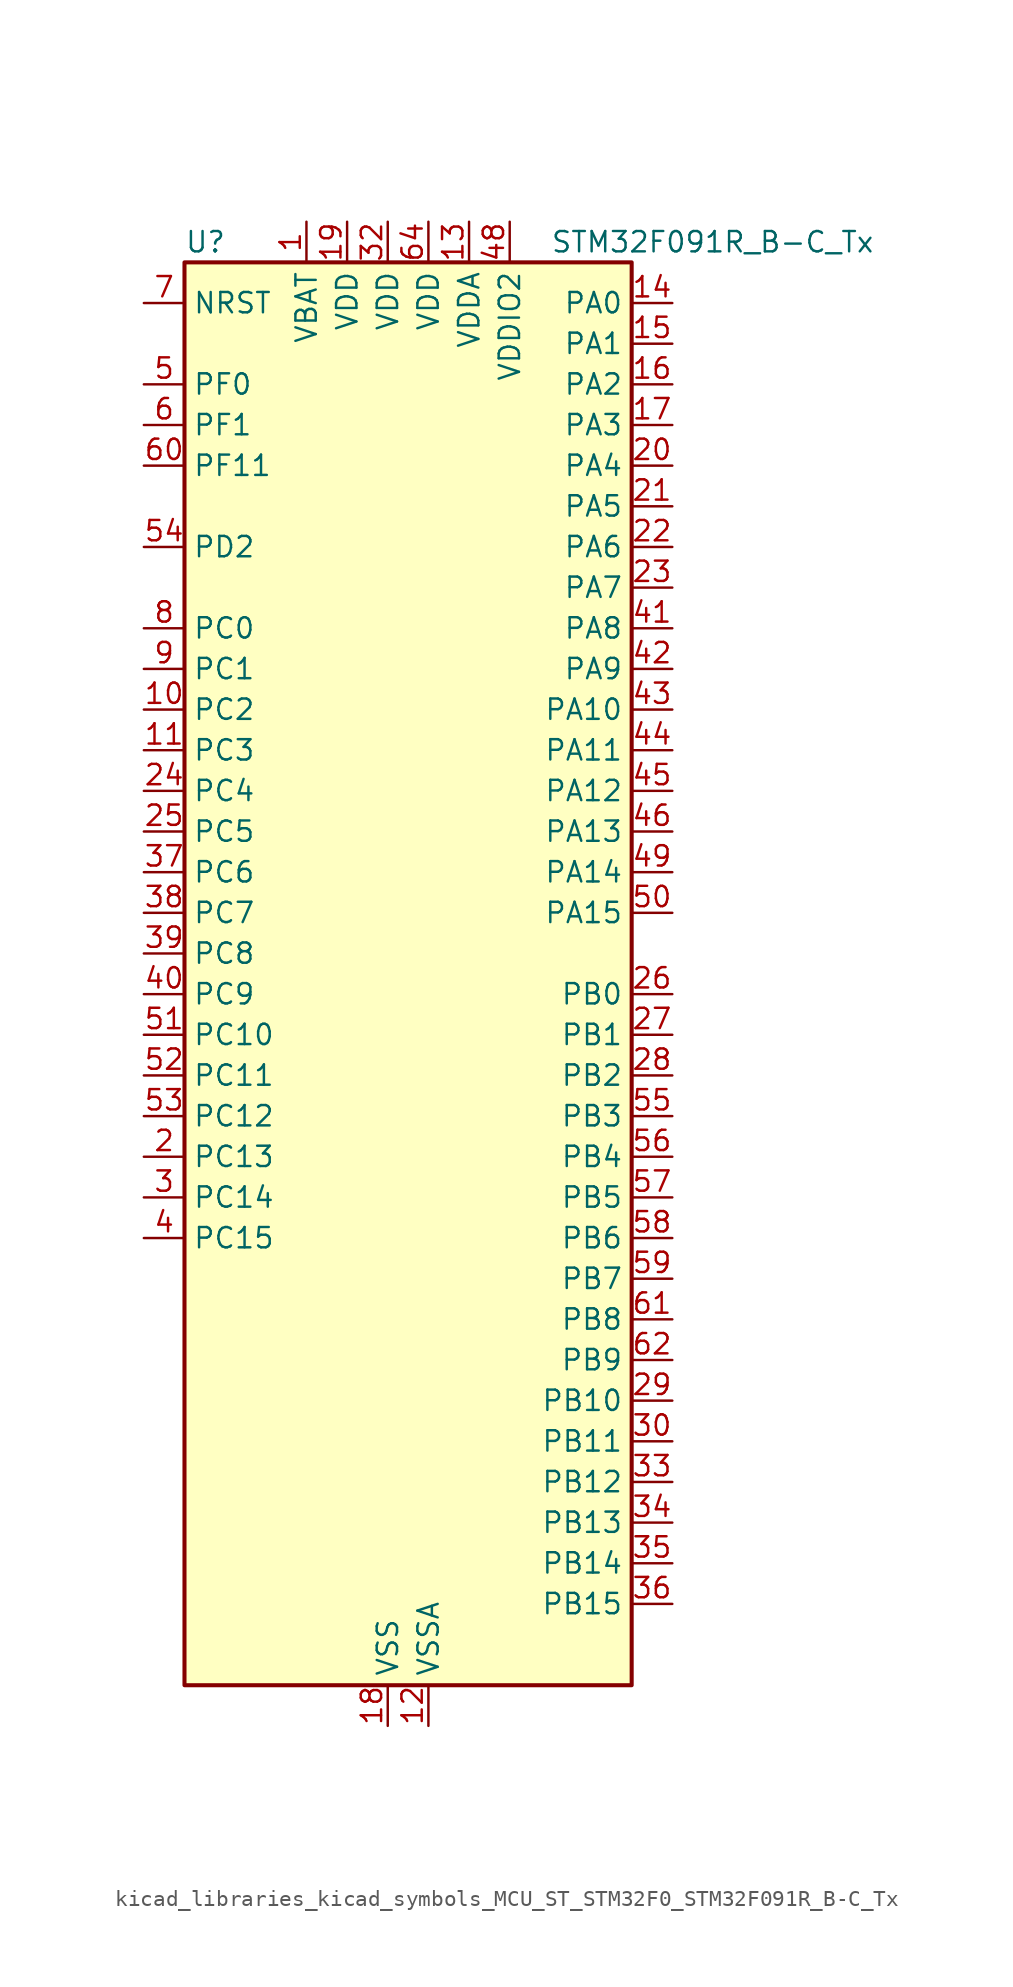
<source format=kicad_sym>
(kicad_symbol_lib
  (version 20220914)
  (generator kicad_symbol_editor)
  (symbol "kicad_libraries_kicad_symbols_MCU_ST_STM32F0_STM32F091R_B-C_Tx"
    (property "Reference" "U"
      (at -12.7 46.99 0)
      (effects (font (size 1.27 1.27)) (justify left)))
    (property "Value" "STM32F091R_B-C_Tx"
      (at 10.16 46.99 0)
      (effects (font (size 1.27 1.27)) (justify left)))
    (property "ki_locked" ""
      (at 0 0 0)
      (effects (font (size 1.27 1.27))))
    (symbol "kicad_libraries_kicad_symbols_MCU_ST_STM32F0_STM32F091R_B-C_Tx_0_1"
      (rectangle (start -12.7 -43.18) (end 15.24 45.72) (stroke (width 0.254) (type default)) (fill (type background))))
    (symbol "kicad_libraries_kicad_symbols_MCU_ST_STM32F0_STM32F091R_B-C_Tx_1_1"
      (pin power_in line (at -5.08 48.26 270) (length 2.54) (name "VBAT" (effects (font (size 1.27 1.27)))) (number "1" (effects (font (size 1.27 1.27)))))
      (pin bidirectional line (at -15.24 17.78 0) (length 2.54) (name "PC2" (effects (font (size 1.27 1.27)))) (number "10" (effects (font (size 1.27 1.27)))) (alternate "ADC_IN12" bidirectional line) (alternate "I2S2_MCK" bidirectional line) (alternate "SPI2_MISO" bidirectional line) (alternate "USART8_TX" bidirectional line))
      (pin bidirectional line (at -15.24 15.24 0) (length 2.54) (name "PC3" (effects (font (size 1.27 1.27)))) (number "11" (effects (font (size 1.27 1.27)))) (alternate "ADC_IN13" bidirectional line) (alternate "I2S2_SD" bidirectional line) (alternate "SPI2_MOSI" bidirectional line) (alternate "USART8_RX" bidirectional line))
      (pin power_in line (at 2.54 -45.72 90) (length 2.54) (name "VSSA" (effects (font (size 1.27 1.27)))) (number "12" (effects (font (size 1.27 1.27)))))
      (pin power_in line (at 5.08 48.26 270) (length 2.54) (name "VDDA" (effects (font (size 1.27 1.27)))) (number "13" (effects (font (size 1.27 1.27)))))
      (pin bidirectional line (at 17.78 43.18 180) (length 2.54) (name "PA0" (effects (font (size 1.27 1.27)))) (number "14" (effects (font (size 1.27 1.27)))) (alternate "ADC_IN0" bidirectional line) (alternate "COMP1_INM" bidirectional line) (alternate "COMP1_OUT" bidirectional line) (alternate "RTC_TAMP2" bidirectional line) (alternate "SYS_WKUP1" bidirectional line) (alternate "TIM2_CH1" bidirectional line) (alternate "TIM2_ETR" bidirectional line) (alternate "TSC_G1_IO1" bidirectional line) (alternate "USART2_CTS" bidirectional line) (alternate "USART4_TX" bidirectional line))
      (pin bidirectional line (at 17.78 40.64 180) (length 2.54) (name "PA1" (effects (font (size 1.27 1.27)))) (number "15" (effects (font (size 1.27 1.27)))) (alternate "ADC_IN1" bidirectional line) (alternate "COMP1_INP" bidirectional line) (alternate "TIM15_CH1N" bidirectional line) (alternate "TIM2_CH2" bidirectional line) (alternate "TSC_G1_IO2" bidirectional line) (alternate "USART2_DE" bidirectional line) (alternate "USART2_RTS" bidirectional line) (alternate "USART4_RX" bidirectional line))
      (pin bidirectional line (at 17.78 38.1 180) (length 2.54) (name "PA2" (effects (font (size 1.27 1.27)))) (number "16" (effects (font (size 1.27 1.27)))) (alternate "ADC_IN2" bidirectional line) (alternate "COMP2_INM" bidirectional line) (alternate "COMP2_OUT" bidirectional line) (alternate "SYS_WKUP4" bidirectional line) (alternate "TIM15_CH1" bidirectional line) (alternate "TIM2_CH3" bidirectional line) (alternate "TSC_G1_IO3" bidirectional line) (alternate "USART2_TX" bidirectional line))
      (pin bidirectional line (at 17.78 35.56 180) (length 2.54) (name "PA3" (effects (font (size 1.27 1.27)))) (number "17" (effects (font (size 1.27 1.27)))) (alternate "ADC_IN3" bidirectional line) (alternate "COMP2_INP" bidirectional line) (alternate "TIM15_CH2" bidirectional line) (alternate "TIM2_CH4" bidirectional line) (alternate "TSC_G1_IO4" bidirectional line) (alternate "USART2_RX" bidirectional line))
      (pin power_in line (at 0 -45.72 90) (length 2.54) (name "VSS" (effects (font (size 1.27 1.27)))) (number "18" (effects (font (size 1.27 1.27)))))
      (pin power_in line (at -2.54 48.26 270) (length 2.54) (name "VDD" (effects (font (size 1.27 1.27)))) (number "19" (effects (font (size 1.27 1.27)))))
      (pin bidirectional line (at -15.24 -10.16 0) (length 2.54) (name "PC13" (effects (font (size 1.27 1.27)))) (number "2" (effects (font (size 1.27 1.27)))) (alternate "RTC_OUT_ALARM" bidirectional line) (alternate "RTC_OUT_CALIB" bidirectional line) (alternate "RTC_TAMP1" bidirectional line) (alternate "RTC_TS" bidirectional line) (alternate "SYS_WKUP2" bidirectional line))
      (pin bidirectional line (at 17.78 33.02 180) (length 2.54) (name "PA4" (effects (font (size 1.27 1.27)))) (number "20" (effects (font (size 1.27 1.27)))) (alternate "ADC_IN4" bidirectional line) (alternate "COMP1_INM" bidirectional line) (alternate "COMP2_INM" bidirectional line) (alternate "DAC_OUT1" bidirectional line) (alternate "I2S1_WS" bidirectional line) (alternate "SPI1_NSS" bidirectional line) (alternate "TIM14_CH1" bidirectional line) (alternate "TSC_G2_IO1" bidirectional line) (alternate "USART2_CK" bidirectional line) (alternate "USART6_TX" bidirectional line))
      (pin bidirectional line (at 17.78 30.48 180) (length 2.54) (name "PA5" (effects (font (size 1.27 1.27)))) (number "21" (effects (font (size 1.27 1.27)))) (alternate "ADC_IN5" bidirectional line) (alternate "CEC" bidirectional line) (alternate "COMP1_INM" bidirectional line) (alternate "COMP2_INM" bidirectional line) (alternate "DAC_OUT2" bidirectional line) (alternate "I2S1_CK" bidirectional line) (alternate "SPI1_SCK" bidirectional line) (alternate "TIM2_CH1" bidirectional line) (alternate "TIM2_ETR" bidirectional line) (alternate "TSC_G2_IO2" bidirectional line) (alternate "USART6_RX" bidirectional line))
      (pin bidirectional line (at 17.78 27.94 180) (length 2.54) (name "PA6" (effects (font (size 1.27 1.27)))) (number "22" (effects (font (size 1.27 1.27)))) (alternate "ADC_IN6" bidirectional line) (alternate "COMP1_OUT" bidirectional line) (alternate "I2S1_MCK" bidirectional line) (alternate "SPI1_MISO" bidirectional line) (alternate "TIM16_CH1" bidirectional line) (alternate "TIM1_BKIN" bidirectional line) (alternate "TIM3_CH1" bidirectional line) (alternate "TSC_G2_IO3" bidirectional line) (alternate "USART3_CTS" bidirectional line))
      (pin bidirectional line (at 17.78 25.4 180) (length 2.54) (name "PA7" (effects (font (size 1.27 1.27)))) (number "23" (effects (font (size 1.27 1.27)))) (alternate "ADC_IN7" bidirectional line) (alternate "COMP2_OUT" bidirectional line) (alternate "I2S1_SD" bidirectional line) (alternate "SPI1_MOSI" bidirectional line) (alternate "TIM14_CH1" bidirectional line) (alternate "TIM17_CH1" bidirectional line) (alternate "TIM1_CH1N" bidirectional line) (alternate "TIM3_CH2" bidirectional line) (alternate "TSC_G2_IO4" bidirectional line))
      (pin bidirectional line (at -15.24 12.7 0) (length 2.54) (name "PC4" (effects (font (size 1.27 1.27)))) (number "24" (effects (font (size 1.27 1.27)))) (alternate "ADC_IN14" bidirectional line) (alternate "USART3_TX" bidirectional line))
      (pin bidirectional line (at -15.24 10.16 0) (length 2.54) (name "PC5" (effects (font (size 1.27 1.27)))) (number "25" (effects (font (size 1.27 1.27)))) (alternate "ADC_IN15" bidirectional line) (alternate "SYS_WKUP5" bidirectional line) (alternate "TSC_G3_IO1" bidirectional line) (alternate "USART3_RX" bidirectional line))
      (pin bidirectional line (at 17.78 0 180) (length 2.54) (name "PB0" (effects (font (size 1.27 1.27)))) (number "26" (effects (font (size 1.27 1.27)))) (alternate "ADC_IN8" bidirectional line) (alternate "TIM1_CH2N" bidirectional line) (alternate "TIM3_CH3" bidirectional line) (alternate "TSC_G3_IO2" bidirectional line) (alternate "USART3_CK" bidirectional line))
      (pin bidirectional line (at 17.78 -2.54 180) (length 2.54) (name "PB1" (effects (font (size 1.27 1.27)))) (number "27" (effects (font (size 1.27 1.27)))) (alternate "ADC_IN9" bidirectional line) (alternate "TIM14_CH1" bidirectional line) (alternate "TIM1_CH3N" bidirectional line) (alternate "TIM3_CH4" bidirectional line) (alternate "TSC_G3_IO3" bidirectional line) (alternate "USART3_DE" bidirectional line) (alternate "USART3_RTS" bidirectional line))
      (pin bidirectional line (at 17.78 -5.08 180) (length 2.54) (name "PB2" (effects (font (size 1.27 1.27)))) (number "28" (effects (font (size 1.27 1.27)))) (alternate "TSC_G3_IO4" bidirectional line))
      (pin bidirectional line (at 17.78 -25.4 180) (length 2.54) (name "PB10" (effects (font (size 1.27 1.27)))) (number "29" (effects (font (size 1.27 1.27)))) (alternate "CEC" bidirectional line) (alternate "I2C2_SCL" bidirectional line) (alternate "I2S2_CK" bidirectional line) (alternate "SPI2_SCK" bidirectional line) (alternate "TIM2_CH3" bidirectional line) (alternate "TSC_SYNC" bidirectional line) (alternate "USART3_TX" bidirectional line))
      (pin bidirectional line (at -15.24 -12.7 0) (length 2.54) (name "PC14" (effects (font (size 1.27 1.27)))) (number "3" (effects (font (size 1.27 1.27)))) (alternate "RCC_OSC32_IN" bidirectional line))
      (pin bidirectional line (at 17.78 -27.94 180) (length 2.54) (name "PB11" (effects (font (size 1.27 1.27)))) (number "30" (effects (font (size 1.27 1.27)))) (alternate "I2C2_SDA" bidirectional line) (alternate "TIM2_CH4" bidirectional line) (alternate "TSC_G6_IO1" bidirectional line) (alternate "USART3_RX" bidirectional line))
      (pin passive line (at 0 -45.72 90) (length 2.54) hide (name "VSS" (effects (font (size 1.27 1.27)))) (number "31" (effects (font (size 1.27 1.27)))))
      (pin power_in line (at 0 48.26 270) (length 2.54) (name "VDD" (effects (font (size 1.27 1.27)))) (number "32" (effects (font (size 1.27 1.27)))))
      (pin bidirectional line (at 17.78 -30.48 180) (length 2.54) (name "PB12" (effects (font (size 1.27 1.27)))) (number "33" (effects (font (size 1.27 1.27)))) (alternate "I2S2_WS" bidirectional line) (alternate "SPI2_NSS" bidirectional line) (alternate "TIM15_BKIN" bidirectional line) (alternate "TIM1_BKIN" bidirectional line) (alternate "TSC_G6_IO2" bidirectional line) (alternate "USART3_CK" bidirectional line))
      (pin bidirectional line (at 17.78 -33.02 180) (length 2.54) (name "PB13" (effects (font (size 1.27 1.27)))) (number "34" (effects (font (size 1.27 1.27)))) (alternate "I2C2_SCL" bidirectional line) (alternate "I2S2_CK" bidirectional line) (alternate "SPI2_SCK" bidirectional line) (alternate "TIM1_CH1N" bidirectional line) (alternate "TSC_G6_IO3" bidirectional line) (alternate "USART3_CTS" bidirectional line))
      (pin bidirectional line (at 17.78 -35.56 180) (length 2.54) (name "PB14" (effects (font (size 1.27 1.27)))) (number "35" (effects (font (size 1.27 1.27)))) (alternate "I2C2_SDA" bidirectional line) (alternate "I2S2_MCK" bidirectional line) (alternate "SPI2_MISO" bidirectional line) (alternate "TIM15_CH1" bidirectional line) (alternate "TIM1_CH2N" bidirectional line) (alternate "TSC_G6_IO4" bidirectional line) (alternate "USART3_DE" bidirectional line) (alternate "USART3_RTS" bidirectional line))
      (pin bidirectional line (at 17.78 -38.1 180) (length 2.54) (name "PB15" (effects (font (size 1.27 1.27)))) (number "36" (effects (font (size 1.27 1.27)))) (alternate "I2S2_SD" bidirectional line) (alternate "RTC_REFIN" bidirectional line) (alternate "SPI2_MOSI" bidirectional line) (alternate "SYS_WKUP7" bidirectional line) (alternate "TIM15_CH1N" bidirectional line) (alternate "TIM15_CH2" bidirectional line) (alternate "TIM1_CH3N" bidirectional line))
      (pin bidirectional line (at -15.24 7.62 0) (length 2.54) (name "PC6" (effects (font (size 1.27 1.27)))) (number "37" (effects (font (size 1.27 1.27)))) (alternate "TIM3_CH1" bidirectional line) (alternate "USART7_TX" bidirectional line))
      (pin bidirectional line (at -15.24 5.08 0) (length 2.54) (name "PC7" (effects (font (size 1.27 1.27)))) (number "38" (effects (font (size 1.27 1.27)))) (alternate "TIM3_CH2" bidirectional line) (alternate "USART7_RX" bidirectional line))
      (pin bidirectional line (at -15.24 2.54 0) (length 2.54) (name "PC8" (effects (font (size 1.27 1.27)))) (number "39" (effects (font (size 1.27 1.27)))) (alternate "TIM3_CH3" bidirectional line) (alternate "USART8_TX" bidirectional line))
      (pin bidirectional line (at -15.24 -15.24 0) (length 2.54) (name "PC15" (effects (font (size 1.27 1.27)))) (number "4" (effects (font (size 1.27 1.27)))) (alternate "RCC_OSC32_OUT" bidirectional line))
      (pin bidirectional line (at -15.24 0 0) (length 2.54) (name "PC9" (effects (font (size 1.27 1.27)))) (number "40" (effects (font (size 1.27 1.27)))) (alternate "DAC_EXTI9" bidirectional line) (alternate "TIM3_CH4" bidirectional line) (alternate "USART8_RX" bidirectional line))
      (pin bidirectional line (at 17.78 22.86 180) (length 2.54) (name "PA8" (effects (font (size 1.27 1.27)))) (number "41" (effects (font (size 1.27 1.27)))) (alternate "CRS_SYNC" bidirectional line) (alternate "RCC_MCO" bidirectional line) (alternate "TIM1_CH1" bidirectional line) (alternate "USART1_CK" bidirectional line))
      (pin bidirectional line (at 17.78 20.32 180) (length 2.54) (name "PA9" (effects (font (size 1.27 1.27)))) (number "42" (effects (font (size 1.27 1.27)))) (alternate "DAC_EXTI9" bidirectional line) (alternate "I2C1_SCL" bidirectional line) (alternate "RCC_MCO" bidirectional line) (alternate "TIM15_BKIN" bidirectional line) (alternate "TIM1_CH2" bidirectional line) (alternate "TSC_G4_IO1" bidirectional line) (alternate "USART1_TX" bidirectional line))
      (pin bidirectional line (at 17.78 17.78 180) (length 2.54) (name "PA10" (effects (font (size 1.27 1.27)))) (number "43" (effects (font (size 1.27 1.27)))) (alternate "I2C1_SDA" bidirectional line) (alternate "TIM17_BKIN" bidirectional line) (alternate "TIM1_CH3" bidirectional line) (alternate "TSC_G4_IO2" bidirectional line) (alternate "USART1_RX" bidirectional line))
      (pin bidirectional line (at 17.78 15.24 180) (length 2.54) (name "PA11" (effects (font (size 1.27 1.27)))) (number "44" (effects (font (size 1.27 1.27)))) (alternate "CAN_RX" bidirectional line) (alternate "COMP1_OUT" bidirectional line) (alternate "I2C2_SCL" bidirectional line) (alternate "TIM1_CH4" bidirectional line) (alternate "TSC_G4_IO3" bidirectional line) (alternate "USART1_CTS" bidirectional line))
      (pin bidirectional line (at 17.78 12.7 180) (length 2.54) (name "PA12" (effects (font (size 1.27 1.27)))) (number "45" (effects (font (size 1.27 1.27)))) (alternate "CAN_TX" bidirectional line) (alternate "COMP2_OUT" bidirectional line) (alternate "I2C2_SDA" bidirectional line) (alternate "TIM1_ETR" bidirectional line) (alternate "TSC_G4_IO4" bidirectional line) (alternate "USART1_DE" bidirectional line) (alternate "USART1_RTS" bidirectional line))
      (pin bidirectional line (at 17.78 10.16 180) (length 2.54) (name "PA13" (effects (font (size 1.27 1.27)))) (number "46" (effects (font (size 1.27 1.27)))) (alternate "IR_OUT" bidirectional line) (alternate "SYS_SWDIO" bidirectional line))
      (pin passive line (at 0 -45.72 90) (length 2.54) hide (name "VSS" (effects (font (size 1.27 1.27)))) (number "47" (effects (font (size 1.27 1.27)))))
      (pin power_in line (at 7.62 48.26 270) (length 2.54) (name "VDDIO2" (effects (font (size 1.27 1.27)))) (number "48" (effects (font (size 1.27 1.27)))))
      (pin bidirectional line (at 17.78 7.62 180) (length 2.54) (name "PA14" (effects (font (size 1.27 1.27)))) (number "49" (effects (font (size 1.27 1.27)))) (alternate "SYS_SWCLK" bidirectional line) (alternate "USART2_TX" bidirectional line))
      (pin bidirectional line (at -15.24 38.1 0) (length 2.54) (name "PF0" (effects (font (size 1.27 1.27)))) (number "5" (effects (font (size 1.27 1.27)))) (alternate "CRS_SYNC" bidirectional line) (alternate "I2C1_SDA" bidirectional line) (alternate "RCC_OSC_IN" bidirectional line))
      (pin bidirectional line (at 17.78 5.08 180) (length 2.54) (name "PA15" (effects (font (size 1.27 1.27)))) (number "50" (effects (font (size 1.27 1.27)))) (alternate "I2S1_WS" bidirectional line) (alternate "SPI1_NSS" bidirectional line) (alternate "TIM2_CH1" bidirectional line) (alternate "TIM2_ETR" bidirectional line) (alternate "USART2_RX" bidirectional line) (alternate "USART4_DE" bidirectional line) (alternate "USART4_RTS" bidirectional line))
      (pin bidirectional line (at -15.24 -2.54 0) (length 2.54) (name "PC10" (effects (font (size 1.27 1.27)))) (number "51" (effects (font (size 1.27 1.27)))) (alternate "USART3_TX" bidirectional line) (alternate "USART4_TX" bidirectional line))
      (pin bidirectional line (at -15.24 -5.08 0) (length 2.54) (name "PC11" (effects (font (size 1.27 1.27)))) (number "52" (effects (font (size 1.27 1.27)))) (alternate "USART3_RX" bidirectional line) (alternate "USART4_RX" bidirectional line))
      (pin bidirectional line (at -15.24 -7.62 0) (length 2.54) (name "PC12" (effects (font (size 1.27 1.27)))) (number "53" (effects (font (size 1.27 1.27)))) (alternate "USART3_CK" bidirectional line) (alternate "USART4_CK" bidirectional line) (alternate "USART5_TX" bidirectional line))
      (pin bidirectional line (at -15.24 27.94 0) (length 2.54) (name "PD2" (effects (font (size 1.27 1.27)))) (number "54" (effects (font (size 1.27 1.27)))) (alternate "TIM3_ETR" bidirectional line) (alternate "USART3_DE" bidirectional line) (alternate "USART3_RTS" bidirectional line) (alternate "USART5_RX" bidirectional line))
      (pin bidirectional line (at 17.78 -7.62 180) (length 2.54) (name "PB3" (effects (font (size 1.27 1.27)))) (number "55" (effects (font (size 1.27 1.27)))) (alternate "I2S1_CK" bidirectional line) (alternate "SPI1_SCK" bidirectional line) (alternate "TIM2_CH2" bidirectional line) (alternate "TSC_G5_IO1" bidirectional line) (alternate "USART5_TX" bidirectional line))
      (pin bidirectional line (at 17.78 -10.16 180) (length 2.54) (name "PB4" (effects (font (size 1.27 1.27)))) (number "56" (effects (font (size 1.27 1.27)))) (alternate "I2S1_MCK" bidirectional line) (alternate "SPI1_MISO" bidirectional line) (alternate "TIM17_BKIN" bidirectional line) (alternate "TIM3_CH1" bidirectional line) (alternate "TSC_G5_IO2" bidirectional line) (alternate "USART5_RX" bidirectional line))
      (pin bidirectional line (at 17.78 -12.7 180) (length 2.54) (name "PB5" (effects (font (size 1.27 1.27)))) (number "57" (effects (font (size 1.27 1.27)))) (alternate "I2C1_SMBA" bidirectional line) (alternate "I2S1_SD" bidirectional line) (alternate "SPI1_MOSI" bidirectional line) (alternate "SYS_WKUP6" bidirectional line) (alternate "TIM16_BKIN" bidirectional line) (alternate "TIM3_CH2" bidirectional line) (alternate "USART5_CK" bidirectional line) (alternate "USART5_DE" bidirectional line) (alternate "USART5_RTS" bidirectional line))
      (pin bidirectional line (at 17.78 -15.24 180) (length 2.54) (name "PB6" (effects (font (size 1.27 1.27)))) (number "58" (effects (font (size 1.27 1.27)))) (alternate "I2C1_SCL" bidirectional line) (alternate "TIM16_CH1N" bidirectional line) (alternate "TSC_G5_IO3" bidirectional line) (alternate "USART1_TX" bidirectional line))
      (pin bidirectional line (at 17.78 -17.78 180) (length 2.54) (name "PB7" (effects (font (size 1.27 1.27)))) (number "59" (effects (font (size 1.27 1.27)))) (alternate "I2C1_SDA" bidirectional line) (alternate "TIM17_CH1N" bidirectional line) (alternate "TSC_G5_IO4" bidirectional line) (alternate "USART1_RX" bidirectional line) (alternate "USART4_CTS" bidirectional line))
      (pin bidirectional line (at -15.24 35.56 0) (length 2.54) (name "PF1" (effects (font (size 1.27 1.27)))) (number "6" (effects (font (size 1.27 1.27)))) (alternate "I2C1_SCL" bidirectional line) (alternate "RCC_OSC_OUT" bidirectional line))
      (pin bidirectional line (at -15.24 33.02 0) (length 2.54) (name "PF11" (effects (font (size 1.27 1.27)))) (number "60" (effects (font (size 1.27 1.27)))))
      (pin bidirectional line (at 17.78 -20.32 180) (length 2.54) (name "PB8" (effects (font (size 1.27 1.27)))) (number "61" (effects (font (size 1.27 1.27)))) (alternate "CAN_RX" bidirectional line) (alternate "CEC" bidirectional line) (alternate "I2C1_SCL" bidirectional line) (alternate "TIM16_CH1" bidirectional line) (alternate "TSC_SYNC" bidirectional line))
      (pin bidirectional line (at 17.78 -22.86 180) (length 2.54) (name "PB9" (effects (font (size 1.27 1.27)))) (number "62" (effects (font (size 1.27 1.27)))) (alternate "CAN_TX" bidirectional line) (alternate "DAC_EXTI9" bidirectional line) (alternate "I2C1_SDA" bidirectional line) (alternate "I2S2_WS" bidirectional line) (alternate "IR_OUT" bidirectional line) (alternate "SPI2_NSS" bidirectional line) (alternate "TIM17_CH1" bidirectional line))
      (pin passive line (at 0 -45.72 90) (length 2.54) hide (name "VSS" (effects (font (size 1.27 1.27)))) (number "63" (effects (font (size 1.27 1.27)))))
      (pin power_in line (at 2.54 48.26 270) (length 2.54) (name "VDD" (effects (font (size 1.27 1.27)))) (number "64" (effects (font (size 1.27 1.27)))))
      (pin input line (at -15.24 43.18 0) (length 2.54) (name "NRST" (effects (font (size 1.27 1.27)))) (number "7" (effects (font (size 1.27 1.27)))))
      (pin bidirectional line (at -15.24 22.86 0) (length 2.54) (name "PC0" (effects (font (size 1.27 1.27)))) (number "8" (effects (font (size 1.27 1.27)))) (alternate "ADC_IN10" bidirectional line) (alternate "USART6_TX" bidirectional line) (alternate "USART7_TX" bidirectional line))
      (pin bidirectional line (at -15.24 20.32 0) (length 2.54) (name "PC1" (effects (font (size 1.27 1.27)))) (number "9" (effects (font (size 1.27 1.27)))) (alternate "ADC_IN11" bidirectional line) (alternate "USART6_RX" bidirectional line) (alternate "USART7_RX" bidirectional line)))))
</source>
